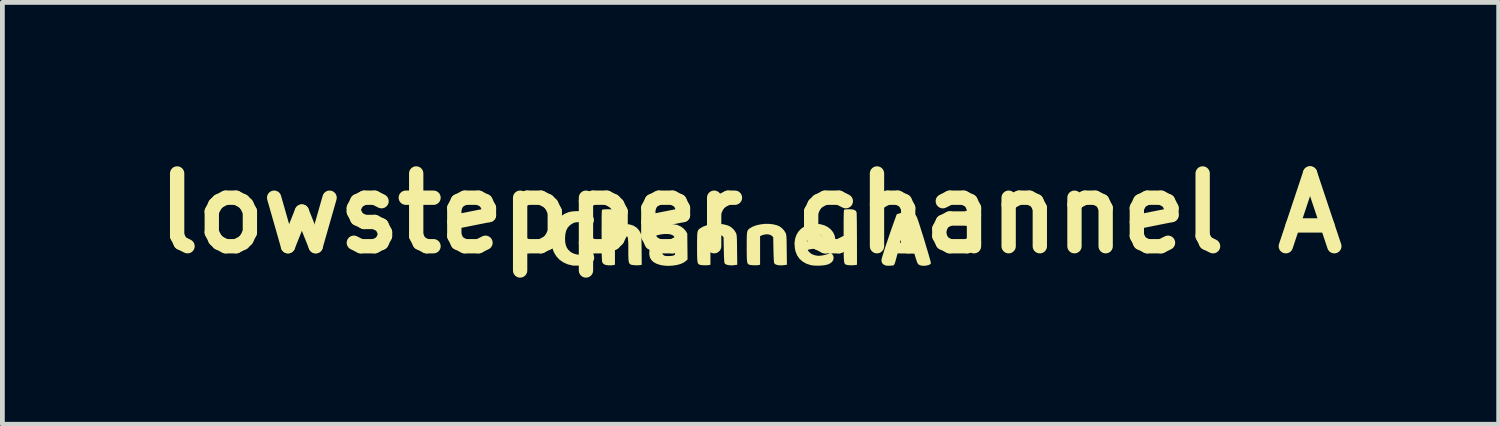
<source format=kicad_pcb>
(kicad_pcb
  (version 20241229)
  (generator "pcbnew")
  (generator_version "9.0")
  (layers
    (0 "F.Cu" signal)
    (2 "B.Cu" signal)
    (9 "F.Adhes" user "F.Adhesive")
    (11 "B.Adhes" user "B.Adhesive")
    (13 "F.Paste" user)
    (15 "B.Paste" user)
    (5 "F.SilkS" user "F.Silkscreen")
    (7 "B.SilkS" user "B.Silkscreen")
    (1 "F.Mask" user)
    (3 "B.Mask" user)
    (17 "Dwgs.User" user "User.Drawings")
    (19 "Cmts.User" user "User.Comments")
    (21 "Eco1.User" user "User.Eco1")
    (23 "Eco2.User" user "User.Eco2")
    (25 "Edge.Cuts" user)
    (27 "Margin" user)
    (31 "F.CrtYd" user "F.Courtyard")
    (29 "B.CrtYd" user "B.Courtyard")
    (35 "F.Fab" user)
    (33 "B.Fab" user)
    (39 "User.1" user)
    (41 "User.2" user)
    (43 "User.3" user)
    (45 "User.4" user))
  (footprint "lowstepper channel A"
    (layer "F.Cu")
    (at 12.671 1.418)
    (property "Reference" "lowstepper channel A" (at 0 0 0) (layer "F.SilkS") (effects (font (size 1.524 1.524) (thickness 0.3))))
    (attr board_only exclude_from_pos_files exclude_from_bom)
    (fp_poly (pts (xy 2.131 -0.082) (xy 2.174 -0.071) (xy 2.203 -0.053) (xy 2.22 -0.025) (xy 2.221 -0.019) (xy 2.223 -0.005) (xy 2.224 0.028) (xy 2.225 0.076) (xy 2.226 0.139) (xy 2.227 0.214) (xy 2.228 0.299) (xy 2.228 0.393) (xy 2.229 0.493) (xy 2.229 0.541) (xy 2.23 1.077) (xy 2.192 1.084) (xy 2.146 1.088) (xy 2.094 1.089) (xy 2.045 1.085) (xy 2.012 1.079) (xy 1.999 1.075) (xy 1.988 1.07) (xy 1.979 1.063) (xy 1.971 1.051) (xy 1.965 1.034) (xy 1.96 1.01) (xy 1.957 0.978) (xy 1.954 0.935) (xy 1.952 0.881) (xy 1.951 0.813) (xy 1.95 0.731) (xy 1.95 0.632) (xy 1.95 0.516) (xy 1.95 0.465) (xy 1.95 0.348) (xy 1.95 0.249) (xy 1.95 0.166) (xy 1.951 0.1) (xy 1.952 0.046) (xy 1.953 0.005) (xy 1.954 -0.026) (xy 1.956 -0.048) (xy 1.958 -0.062) (xy 1.961 -0.071) (xy 1.964 -0.076) (xy 1.968 -0.078) (xy 1.985 -0.081) (xy 2.017 -0.084) (xy 2.057 -0.085) (xy 2.072 -0.085)) (stroke (width 0) (type solid)) (fill yes) (layer "F.SilkS"))
    (fp_poly (pts (xy -0.57 0.23) (xy -0.492 0.249) (xy -0.441 0.269) (xy -0.386 0.307) (xy -0.339 0.357) (xy -0.306 0.409) (xy -0.3 0.423) (xy -0.296 0.438) (xy -0.292 0.456) (xy -0.289 0.48) (xy -0.287 0.512) (xy -0.285 0.554) (xy -0.284 0.609) (xy -0.283 0.68) (xy -0.282 0.766) (xy -0.278 1.077) (xy -0.317 1.083) (xy -0.381 1.09) (xy -0.44 1.089) (xy -0.489 1.08) (xy -0.525 1.065) (xy -0.543 1.046) (xy -0.547 1.03) (xy -0.551 0.997) (xy -0.554 0.946) (xy -0.557 0.878) (xy -0.559 0.79) (xy -0.56 0.763) (xy -0.565 0.5) (xy -0.592 0.473) (xy -0.626 0.452) (xy -0.671 0.441) (xy -0.722 0.441) (xy -0.773 0.451) (xy -0.794 0.458) (xy -0.84 0.479) (xy -0.84 1.077) (xy -0.871 1.084) (xy -0.909 1.088) (xy -0.956 1.089) (xy -1.004 1.087) (xy -1.044 1.082) (xy -1.057 1.079) (xy -1.074 1.073) (xy -1.087 1.066) (xy -1.098 1.054) (xy -1.106 1.037) (xy -1.111 1.012) (xy -1.115 0.976) (xy -1.118 0.929) (xy -1.119 0.867) (xy -1.12 0.789) (xy -1.12 0.705) (xy -1.12 0.613) (xy -1.119 0.539) (xy -1.118 0.481) (xy -1.116 0.436) (xy -1.112 0.402) (xy -1.106 0.376) (xy -1.098 0.357) (xy -1.088 0.342) (xy -1.074 0.329) (xy -1.058 0.316) (xy -0.996 0.28) (xy -0.921 0.252) (xy -0.837 0.233) (xy -0.747 0.222) (xy -0.657 0.221)) (stroke (width 0) (type solid)) (fill yes) (layer "F.SilkS"))
    (fp_poly (pts (xy 0.47 0.23) (xy 0.548 0.249) (xy 0.599 0.269) (xy 0.654 0.307) (xy 0.701 0.357) (xy 0.734 0.409) (xy 0.74 0.423) (xy 0.744 0.438) (xy 0.748 0.456) (xy 0.751 0.48) (xy 0.753 0.512) (xy 0.755 0.554) (xy 0.756 0.609) (xy 0.757 0.68) (xy 0.758 0.766) (xy 0.762 1.077) (xy 0.723 1.083) (xy 0.659 1.09) (xy 0.6 1.089) (xy 0.551 1.08) (xy 0.515 1.065) (xy 0.497 1.046) (xy 0.493 1.03) (xy 0.489 0.997) (xy 0.486 0.946) (xy 0.483 0.878) (xy 0.481 0.79) (xy 0.48 0.763) (xy 0.475 0.5) (xy 0.448 0.473) (xy 0.414 0.452) (xy 0.369 0.441) (xy 0.318 0.441) (xy 0.267 0.451) (xy 0.246 0.458) (xy 0.2 0.479) (xy 0.2 1.077) (xy 0.169 1.084) (xy 0.131 1.088) (xy 0.084 1.089) (xy 0.036 1.087) (xy -0.004 1.082) (xy -0.017 1.079) (xy -0.034 1.073) (xy -0.047 1.066) (xy -0.058 1.054) (xy -0.066 1.037) (xy -0.071 1.012) (xy -0.075 0.976) (xy -0.078 0.929) (xy -0.079 0.867) (xy -0.08 0.789) (xy -0.08 0.705) (xy -0.08 0.613) (xy -0.079 0.539) (xy -0.078 0.481) (xy -0.076 0.436) (xy -0.072 0.402) (xy -0.066 0.376) (xy -0.058 0.357) (xy -0.048 0.342) (xy -0.034 0.329) (xy -0.018 0.316) (xy 0.044 0.28) (xy 0.119 0.252) (xy 0.203 0.233) (xy 0.293 0.222) (xy 0.383 0.221)) (stroke (width 0) (type solid)) (fill yes) (layer "F.SilkS"))
    (fp_poly (pts (xy -3.566 -0.045) (xy -3.501 -0.04) (xy -3.448 -0.03) (xy -3.44 -0.028) (xy -3.379 -0.002) (xy -3.332 0.032) (xy -3.299 0.072) (xy -3.282 0.116) (xy -3.281 0.162) (xy -3.298 0.206) (xy -3.33 0.245) (xy -3.347 0.257) (xy -3.362 0.256) (xy -3.373 0.25) (xy -3.425 0.22) (xy -3.468 0.201) (xy -3.511 0.19) (xy -3.56 0.186) (xy -3.585 0.186) (xy -3.631 0.186) (xy -3.665 0.19) (xy -3.692 0.197) (xy -3.719 0.208) (xy -3.726 0.212) (xy -3.786 0.252) (xy -3.83 0.301) (xy -3.861 0.362) (xy -3.879 0.436) (xy -3.885 0.525) (xy -3.882 0.602) (xy -3.87 0.664) (xy -3.85 0.716) (xy -3.82 0.761) (xy -3.814 0.768) (xy -3.763 0.814) (xy -3.699 0.846) (xy -3.627 0.864) (xy -3.55 0.867) (xy -3.47 0.856) (xy -3.391 0.83) (xy -3.368 0.819) (xy -3.331 0.8) (xy -3.311 0.826) (xy -3.294 0.855) (xy -3.281 0.888) (xy -3.28 0.89) (xy -3.274 0.942) (xy -3.287 0.988) (xy -3.317 1.026) (xy -3.365 1.055) (xy -3.43 1.077) (xy -3.512 1.091) (xy -3.58 1.095) (xy -3.629 1.096) (xy -3.674 1.096) (xy -3.708 1.095) (xy -3.725 1.094) (xy -3.829 1.069) (xy -3.921 1.028) (xy -4 0.973) (xy -4.065 0.904) (xy -4.116 0.822) (xy -4.153 0.727) (xy -4.174 0.62) (xy -4.18 0.524) (xy -4.172 0.411) (xy -4.147 0.308) (xy -4.106 0.216) (xy -4.05 0.135) (xy -3.979 0.066) (xy -3.895 0.011) (xy -3.819 -0.021) (xy -3.769 -0.034) (xy -3.707 -0.042) (xy -3.637 -0.046)) (stroke (width 0) (type solid)) (fill yes) (layer "F.SilkS"))
    (fp_poly (pts (xy -1.626 0.227) (xy -1.56 0.238) (xy -1.533 0.244) (xy -1.467 0.273) (xy -1.408 0.314) (xy -1.363 0.363) (xy -1.355 0.374) (xy -1.325 0.423) (xy -1.319 0.967) (xy -1.358 1.002) (xy -1.408 1.036) (xy -1.473 1.064) (xy -1.55 1.084) (xy -1.634 1.096) (xy -1.721 1.101) (xy -1.809 1.096) (xy -1.878 1.085) (xy -1.961 1.06) (xy -2.027 1.025) (xy -2.075 0.981) (xy -2.107 0.926) (xy -2.121 0.862) (xy -2.122 0.83) (xy -2.12 0.814) (xy -1.854 0.814) (xy -1.847 0.846) (xy -1.827 0.873) (xy -1.798 0.889) (xy -1.765 0.895) (xy -1.72 0.896) (xy -1.673 0.894) (xy -1.63 0.888) (xy -1.607 0.881) (xy -1.593 0.875) (xy -1.585 0.866) (xy -1.581 0.849) (xy -1.58 0.82) (xy -1.58 0.795) (xy -1.58 0.72) (xy -1.627 0.725) (xy -1.694 0.732) (xy -1.744 0.738) (xy -1.78 0.744) (xy -1.805 0.751) (xy -1.822 0.759) (xy -1.834 0.769) (xy -1.844 0.783) (xy -1.845 0.784) (xy -1.854 0.814) (xy -2.12 0.814) (xy -2.115 0.76) (xy -2.096 0.705) (xy -2.064 0.662) (xy -2.017 0.629) (xy -2.011 0.626) (xy -1.98 0.611) (xy -1.948 0.599) (xy -1.912 0.59) (xy -1.869 0.581) (xy -1.814 0.574) (xy -1.743 0.566) (xy -1.691 0.56) (xy -1.646 0.555) (xy -1.612 0.55) (xy -1.592 0.546) (xy -1.59 0.545) (xy -1.584 0.531) (xy -1.59 0.508) (xy -1.605 0.481) (xy -1.612 0.473) (xy -1.643 0.453) (xy -1.688 0.439) (xy -1.745 0.433) (xy -1.809 0.434) (xy -1.876 0.442) (xy -1.944 0.457) (xy -1.952 0.46) (xy -1.985 0.47) (xy -2.01 0.477) (xy -2.022 0.48) (xy -2.031 0.472) (xy -2.045 0.453) (xy -2.049 0.446) (xy -2.068 0.399) (xy -2.068 0.353) (xy -2.051 0.311) (xy -2.017 0.276) (xy -1.982 0.257) (xy -1.927 0.241) (xy -1.858 0.229) (xy -1.781 0.223) (xy -1.701 0.223)) (stroke (width 0) (type solid)) (fill yes) (layer "F.SilkS"))
    (fp_poly (pts (xy -2.949 -0.085) (xy -2.92 -0.083) (xy -2.901 -0.078) (xy -2.886 -0.07) (xy -2.873 -0.057) (xy -2.862 -0.046) (xy -2.854 -0.034) (xy -2.849 -0.019) (xy -2.846 0.004) (xy -2.844 0.037) (xy -2.842 0.085) (xy -2.842 0.114) (xy -2.839 0.257) (xy -2.777 0.238) (xy -2.739 0.228) (xy -2.701 0.222) (xy -2.655 0.221) (xy -2.62 0.222) (xy -2.529 0.234) (xy -2.451 0.259) (xy -2.388 0.299) (xy -2.337 0.354) (xy -2.308 0.405) (xy -2.302 0.42) (xy -2.296 0.434) (xy -2.292 0.452) (xy -2.289 0.473) (xy -2.287 0.502) (xy -2.285 0.541) (xy -2.284 0.592) (xy -2.283 0.657) (xy -2.282 0.739) (xy -2.282 0.767) (xy -2.279 1.079) (xy -2.325 1.086) (xy -2.368 1.089) (xy -2.416 1.088) (xy -2.461 1.084) (xy -2.499 1.077) (xy -2.518 1.069) (xy -2.53 1.059) (xy -2.54 1.045) (xy -2.548 1.025) (xy -2.553 0.996) (xy -2.557 0.957) (xy -2.559 0.904) (xy -2.56 0.835) (xy -2.56 0.763) (xy -2.56 0.681) (xy -2.561 0.616) (xy -2.564 0.566) (xy -2.568 0.53) (xy -2.574 0.503) (xy -2.583 0.484) (xy -2.596 0.47) (xy -2.612 0.459) (xy -2.62 0.455) (xy -2.658 0.444) (xy -2.707 0.441) (xy -2.757 0.447) (xy -2.797 0.46) (xy -2.84 0.479) (xy -2.84 1.077) (xy -2.871 1.084) (xy -2.919 1.09) (xy -2.971 1.09) (xy -3.019 1.084) (xy -3.056 1.075) (xy -3.06 1.072) (xy -3.093 1.047) (xy -3.107 1.02) (xy -3.11 1.005) (xy -3.112 0.977) (xy -3.114 0.935) (xy -3.116 0.879) (xy -3.117 0.807) (xy -3.118 0.719) (xy -3.119 0.613) (xy -3.119 0.487) (xy -3.119 0.457) (xy -3.12 0.341) (xy -3.119 0.243) (xy -3.119 0.161) (xy -3.119 0.095) (xy -3.118 0.043) (xy -3.117 0.002) (xy -3.116 -0.028) (xy -3.114 -0.049) (xy -3.112 -0.063) (xy -3.109 -0.072) (xy -3.105 -0.076) (xy -3.103 -0.078) (xy -3.085 -0.081) (xy -3.053 -0.083) (xy -3.013 -0.085) (xy -2.993 -0.085)) (stroke (width 0) (type solid)) (fill yes) (layer "F.SilkS"))
    (fp_poly (pts (xy 1.461 0.228) (xy 1.545 0.251) (xy 1.619 0.288) (xy 1.681 0.337) (xy 1.729 0.397) (xy 1.762 0.466) (xy 1.777 0.544) (xy 1.777 0.545) (xy 1.778 0.595) (xy 1.768 0.632) (xy 1.746 0.66) (xy 1.727 0.674) (xy 1.711 0.68) (xy 1.677 0.688) (xy 1.629 0.697) (xy 1.57 0.707) (xy 1.502 0.717) (xy 1.485 0.719) (xy 1.403 0.731) (xy 1.338 0.74) (xy 1.288 0.747) (xy 1.253 0.753) (xy 1.228 0.757) (xy 1.213 0.761) (xy 1.204 0.764) (xy 1.201 0.767) (xy 1.2 0.77) (xy 1.2 0.771) (xy 1.206 0.783) (xy 1.223 0.804) (xy 1.238 0.82) (xy 1.28 0.853) (xy 1.336 0.876) (xy 1.4 0.889) (xy 1.43 0.89) (xy 1.485 0.886) (xy 1.546 0.874) (xy 1.605 0.858) (xy 1.634 0.847) (xy 1.683 0.826) (xy 1.711 0.858) (xy 1.732 0.887) (xy 1.739 0.919) (xy 1.74 0.935) (xy 1.731 0.982) (xy 1.703 1.022) (xy 1.657 1.055) (xy 1.622 1.07) (xy 1.576 1.083) (xy 1.517 1.091) (xy 1.45 1.096) (xy 1.382 1.097) (xy 1.318 1.094) (xy 1.265 1.086) (xy 1.264 1.086) (xy 1.171 1.056) (xy 1.092 1.011) (xy 1.027 0.954) (xy 0.977 0.883) (xy 0.943 0.8) (xy 0.928 0.73) (xy 0.921 0.628) (xy 0.929 0.569) (xy 1.18 0.569) (xy 1.18 0.586) (xy 1.188 0.59) (xy 1.199 0.588) (xy 1.228 0.584) (xy 1.269 0.578) (xy 1.319 0.571) (xy 1.354 0.565) (xy 1.408 0.557) (xy 1.454 0.549) (xy 1.49 0.542) (xy 1.512 0.538) (xy 1.517 0.536) (xy 1.517 0.524) (xy 1.506 0.503) (xy 1.489 0.479) (xy 1.47 0.457) (xy 1.459 0.447) (xy 1.416 0.427) (xy 1.366 0.422) (xy 1.313 0.429) (xy 1.263 0.45) (xy 1.239 0.467) (xy 1.219 0.489) (xy 1.202 0.516) (xy 1.188 0.544) (xy 1.18 0.569) (xy 0.929 0.569) (xy 0.933 0.536) (xy 0.961 0.453) (xy 1.005 0.38) (xy 1.063 0.32) (xy 1.135 0.273) (xy 1.219 0.24) (xy 1.314 0.222) (xy 1.368 0.22)) (stroke (width 0) (type solid)) (fill yes) (layer "F.SilkS"))
    (fp_poly (pts (xy 3.346 -0.01) (xy 3.396 0.001) (xy 3.413 0.007) (xy 3.442 0.023) (xy 3.462 0.041) (xy 3.478 0.069) (xy 3.486 0.085) (xy 3.495 0.11) (xy 3.51 0.152) (xy 3.529 0.208) (xy 3.551 0.276) (xy 3.575 0.354) (xy 3.602 0.439) (xy 3.63 0.528) (xy 3.658 0.62) (xy 3.685 0.712) (xy 3.712 0.801) (xy 3.736 0.883) (xy 3.753 0.944) (xy 3.766 0.988) (xy 3.773 1.019) (xy 3.777 1.039) (xy 3.776 1.052) (xy 3.772 1.06) (xy 3.766 1.066) (xy 3.765 1.066) (xy 3.726 1.085) (xy 3.676 1.096) (xy 3.622 1.1) (xy 3.571 1.094) (xy 3.545 1.086) (xy 3.526 1.076) (xy 3.51 1.062) (xy 3.496 1.041) (xy 3.483 1.009) (xy 3.468 0.962) (xy 3.459 0.935) (xy 3.432 0.845) (xy 3.257 0.842) (xy 3.081 0.84) (xy 3.07 0.877) (xy 3.063 0.905) (xy 3.052 0.944) (xy 3.04 0.988) (xy 3.037 1) (xy 3.024 1.042) (xy 3.014 1.068) (xy 3.004 1.083) (xy 2.991 1.091) (xy 2.989 1.091) (xy 2.965 1.095) (xy 2.929 1.097) (xy 2.89 1.098) (xy 2.855 1.097) (xy 2.832 1.094) (xy 2.83 1.093) (xy 2.783 1.071) (xy 2.754 1.039) (xy 2.743 0.997) (xy 2.744 0.967) (xy 2.75 0.943) (xy 2.761 0.903) (xy 2.778 0.849) (xy 2.799 0.782) (xy 2.823 0.707) (xy 2.85 0.625) (xy 2.854 0.616) (xy 3.13 0.616) (xy 3.139 0.617) (xy 3.165 0.619) (xy 3.203 0.62) (xy 3.25 0.62) (xy 3.255 0.62) (xy 3.302 0.62) (xy 3.341 0.619) (xy 3.369 0.617) (xy 3.38 0.616) (xy 3.38 0.616) (xy 3.377 0.604) (xy 3.37 0.577) (xy 3.358 0.538) (xy 3.344 0.491) (xy 3.329 0.44) (xy 3.313 0.388) (xy 3.297 0.339) (xy 3.284 0.297) (xy 3.273 0.264) (xy 3.267 0.245) (xy 3.266 0.242) (xy 3.258 0.245) (xy 3.255 0.251) (xy 3.247 0.274) (xy 3.235 0.31) (xy 3.219 0.354) (xy 3.202 0.404) (xy 3.184 0.455) (xy 3.167 0.505) (xy 3.152 0.549) (xy 3.14 0.585) (xy 3.132 0.608) (xy 3.13 0.616) (xy 2.854 0.616) (xy 2.88 0.538) (xy 2.91 0.45) (xy 2.94 0.361) (xy 2.971 0.276) (xy 2.982 0.243) (xy 3.062 0.021) (xy 3.114 0.003) (xy 3.164 -0.009) (xy 3.224 -0.015) (xy 3.287 -0.016)) (stroke (width 0) (type solid)) (fill yes) (layer "F.SilkS")))
  (gr_rect
    (start -3 -3)
    (end 28.342 5.836)
    (stroke (width 0.1) (type default))
    (fill no)
    (layer "Edge.Cuts")))
</source>
